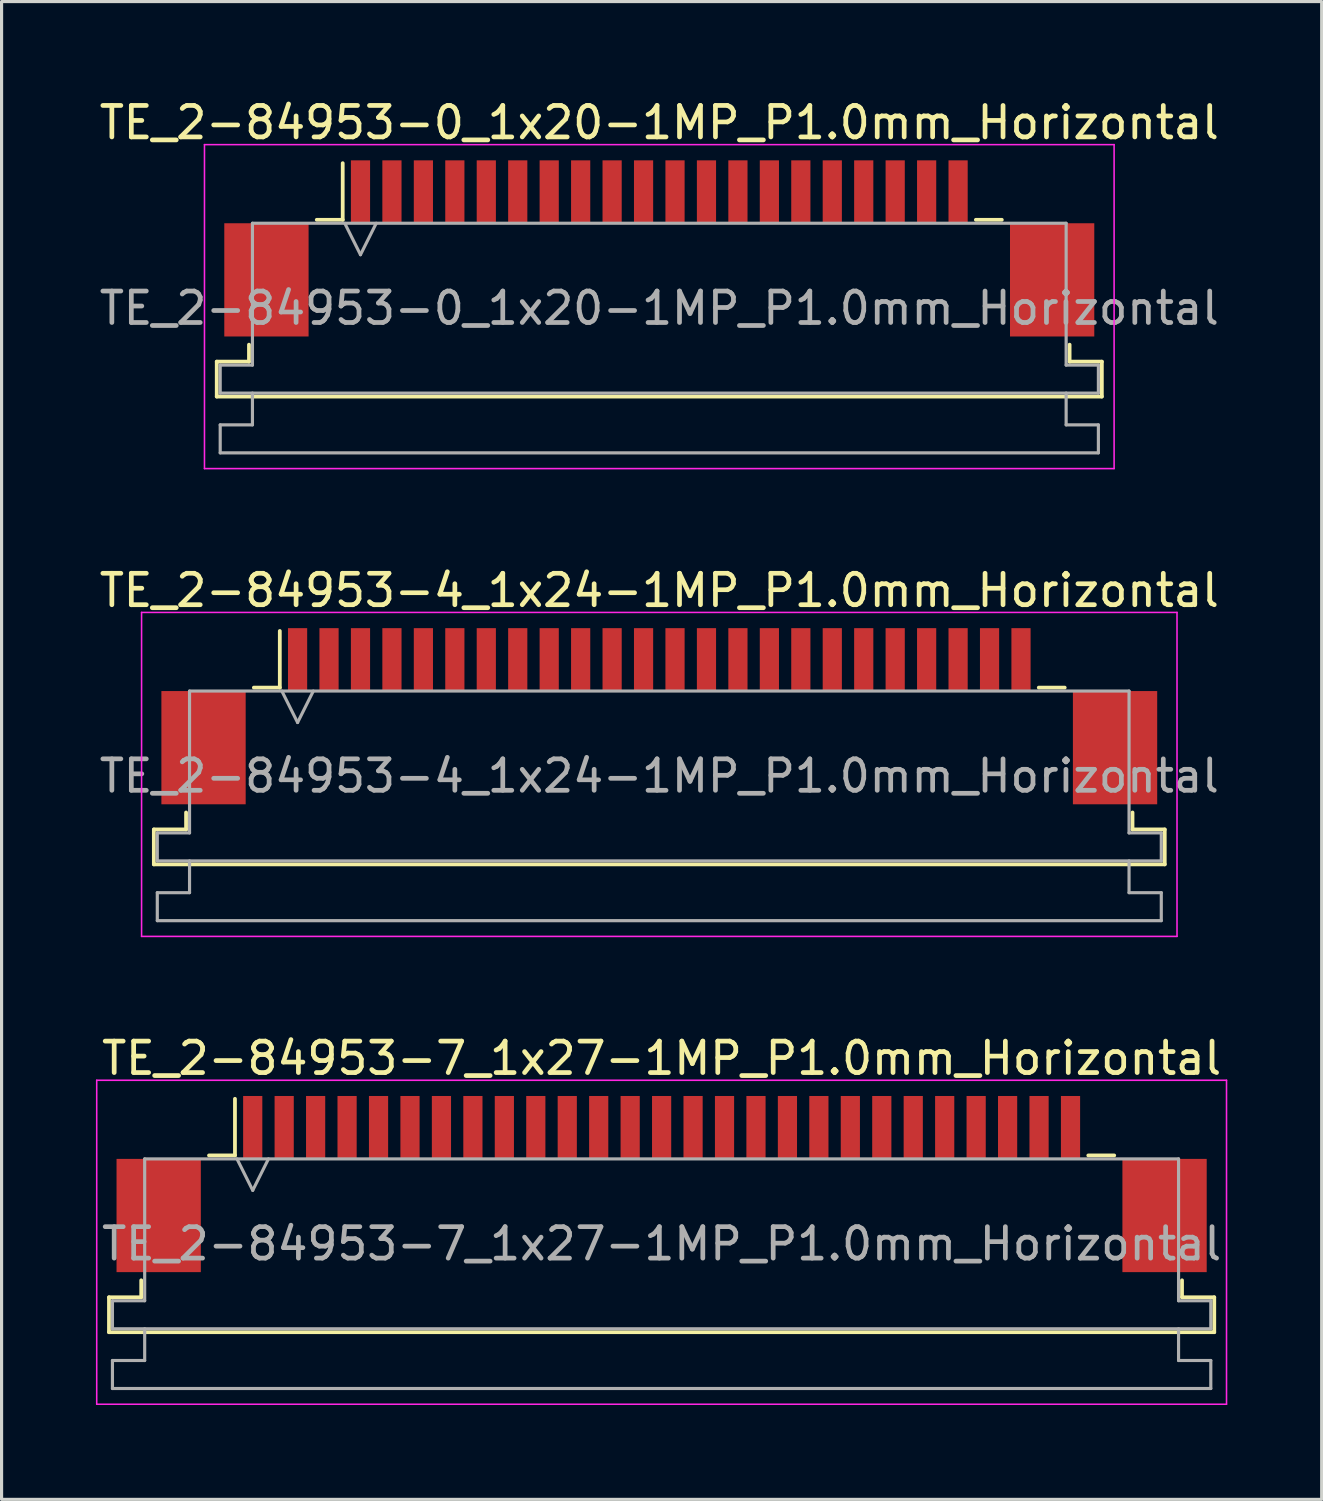
<source format=kicad_pcb>
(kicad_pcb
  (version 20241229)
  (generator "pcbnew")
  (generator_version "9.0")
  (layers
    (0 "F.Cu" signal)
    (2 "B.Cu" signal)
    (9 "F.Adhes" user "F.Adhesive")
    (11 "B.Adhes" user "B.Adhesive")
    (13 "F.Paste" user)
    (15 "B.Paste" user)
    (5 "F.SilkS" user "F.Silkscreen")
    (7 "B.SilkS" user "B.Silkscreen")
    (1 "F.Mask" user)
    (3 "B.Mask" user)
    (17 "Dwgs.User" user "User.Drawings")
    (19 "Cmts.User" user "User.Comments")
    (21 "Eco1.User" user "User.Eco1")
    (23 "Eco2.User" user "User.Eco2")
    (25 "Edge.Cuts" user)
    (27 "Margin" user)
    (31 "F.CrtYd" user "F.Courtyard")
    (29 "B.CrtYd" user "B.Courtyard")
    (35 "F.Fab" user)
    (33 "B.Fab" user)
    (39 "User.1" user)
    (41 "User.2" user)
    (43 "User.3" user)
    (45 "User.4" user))
  (footprint "TE_2-84953-4_1x24-1MP_P1.0mm_Horizontal"
    (layer "F.Cu")
    (at 17.911 19.721)
    (property "Reference" "TE_2-84953-4_1x24-1MP_P1.0mm_Horizontal" (at 0 -4 0) (layer "F.SilkS") (effects (font (size 1 1) (thickness 0.15))))
    (attr smd)
    (fp_line (start -16.07 3.6) (end -15.045 3.6) (stroke (width 0.12) (type solid)) (layer "F.SilkS"))
    (fp_line (start -16.07 4.71) (end -16.07 3.6) (stroke (width 0.12) (type solid)) (layer "F.SilkS"))
    (fp_line (start -15.045 3.6) (end -15.045 3.06) (stroke (width 0.12) (type solid)) (layer "F.SilkS"))
    (fp_line (start -12.89 -0.91) (end -12.065 -0.91) (stroke (width 0.12) (type solid)) (layer "F.SilkS"))
    (fp_line (start -12.065 -0.91) (end -12.065 -2.71) (stroke (width 0.12) (type solid)) (layer "F.SilkS"))
    (fp_line (start 12.065 -0.91) (end 12.89 -0.91) (stroke (width 0.12) (type solid)) (layer "F.SilkS"))
    (fp_line (start 15.045 3.06) (end 15.045 3.6) (stroke (width 0.12) (type solid)) (layer "F.SilkS"))
    (fp_line (start 15.045 3.6) (end 16.07 3.6) (stroke (width 0.12) (type solid)) (layer "F.SilkS"))
    (fp_line (start 16.07 3.6) (end 16.07 4.71) (stroke (width 0.12) (type solid)) (layer "F.SilkS"))
    (fp_line (start 16.07 4.71) (end -16.07 4.71) (stroke (width 0.12) (type solid)) (layer "F.SilkS"))
    (fp_line (start -16.46 -3.3) (end -16.46 7) (stroke (width 0.05) (type solid)) (layer "F.CrtYd"))
    (fp_line (start -16.46 7) (end 16.46 7) (stroke (width 0.05) (type solid)) (layer "F.CrtYd"))
    (fp_line (start 16.46 -3.3) (end -16.46 -3.3) (stroke (width 0.05) (type solid)) (layer "F.CrtYd"))
    (fp_line (start 16.46 7) (end 16.46 -3.3) (stroke (width 0.05) (type solid)) (layer "F.CrtYd"))
    (fp_line (start -15.96 3.71) (end -14.935 3.71) (stroke (width 0.1) (type solid)) (layer "F.Fab"))
    (fp_line (start -15.96 4.6) (end -15.96 3.71) (stroke (width 0.1) (type solid)) (layer "F.Fab"))
    (fp_line (start -15.96 5.61) (end -14.935 5.61) (stroke (width 0.1) (type solid)) (layer "F.Fab"))
    (fp_line (start -15.96 6.5) (end -15.96 5.61) (stroke (width 0.1) (type solid)) (layer "F.Fab"))
    (fp_line (start -14.935 -0.8) (end 14.935 -0.8) (stroke (width 0.1) (type solid)) (layer "F.Fab"))
    (fp_line (start -14.935 3.71) (end -14.935 -0.8) (stroke (width 0.1) (type solid)) (layer "F.Fab"))
    (fp_line (start -14.935 5.61) (end -14.935 4.6) (stroke (width 0.1) (type solid)) (layer "F.Fab"))
    (fp_line (start -12 -0.8) (end -11.5 0.2) (stroke (width 0.1) (type solid)) (layer "F.Fab"))
    (fp_line (start -11.5 0.2) (end -11 -0.8) (stroke (width 0.1) (type solid)) (layer "F.Fab"))
    (fp_line (start 14.935 -0.8) (end 14.935 3.71) (stroke (width 0.1) (type solid)) (layer "F.Fab"))
    (fp_line (start 14.935 3.71) (end 15.96 3.71) (stroke (width 0.1) (type solid)) (layer "F.Fab"))
    (fp_line (start 14.935 4.6) (end 14.935 5.61) (stroke (width 0.1) (type solid)) (layer "F.Fab"))
    (fp_line (start 14.935 5.61) (end 15.96 5.61) (stroke (width 0.1) (type solid)) (layer "F.Fab"))
    (fp_line (start 15.96 3.71) (end 15.96 4.6) (stroke (width 0.1) (type solid)) (layer "F.Fab"))
    (fp_line (start 15.96 4.6) (end -15.96 4.6) (stroke (width 0.1) (type solid)) (layer "F.Fab"))
    (fp_line (start 15.96 5.61) (end 15.96 6.5) (stroke (width 0.1) (type solid)) (layer "F.Fab"))
    (fp_line (start 15.96 6.5) (end -15.96 6.5) (stroke (width 0.1) (type solid)) (layer "F.Fab"))
    (fp_text user "${REFERENCE}" (at 0 1.9 0) (layer "F.Fab") (effects (font (size 1 1) (thickness 0.15))))
    (pad "1" smd rect (at -11.5 -1.8) (size 0.61 2) (layers "F.Cu" "F.Mask" "F.Paste"))
    (pad "2" smd rect (at -10.5 -1.8) (size 0.61 2) (layers "F.Cu" "F.Mask" "F.Paste"))
    (pad "3" smd rect (at -9.5 -1.8) (size 0.61 2) (layers "F.Cu" "F.Mask" "F.Paste"))
    (pad "4" smd rect (at -8.5 -1.8) (size 0.61 2) (layers "F.Cu" "F.Mask" "F.Paste"))
    (pad "5" smd rect (at -7.5 -1.8) (size 0.61 2) (layers "F.Cu" "F.Mask" "F.Paste"))
    (pad "6" smd rect (at -6.5 -1.8) (size 0.61 2) (layers "F.Cu" "F.Mask" "F.Paste"))
    (pad "7" smd rect (at -5.5 -1.8) (size 0.61 2) (layers "F.Cu" "F.Mask" "F.Paste"))
    (pad "8" smd rect (at -4.5 -1.8) (size 0.61 2) (layers "F.Cu" "F.Mask" "F.Paste"))
    (pad "9" smd rect (at -3.5 -1.8) (size 0.61 2) (layers "F.Cu" "F.Mask" "F.Paste"))
    (pad "10" smd rect (at -2.5 -1.8) (size 0.61 2) (layers "F.Cu" "F.Mask" "F.Paste"))
    (pad "11" smd rect (at -1.5 -1.8) (size 0.61 2) (layers "F.Cu" "F.Mask" "F.Paste"))
    (pad "12" smd rect (at -0.5 -1.8) (size 0.61 2) (layers "F.Cu" "F.Mask" "F.Paste"))
    (pad "13" smd rect (at 0.5 -1.8) (size 0.61 2) (layers "F.Cu" "F.Mask" "F.Paste"))
    (pad "14" smd rect (at 1.5 -1.8) (size 0.61 2) (layers "F.Cu" "F.Mask" "F.Paste"))
    (pad "15" smd rect (at 2.5 -1.8) (size 0.61 2) (layers "F.Cu" "F.Mask" "F.Paste"))
    (pad "16" smd rect (at 3.5 -1.8) (size 0.61 2) (layers "F.Cu" "F.Mask" "F.Paste"))
    (pad "17" smd rect (at 4.5 -1.8) (size 0.61 2) (layers "F.Cu" "F.Mask" "F.Paste"))
    (pad "18" smd rect (at 5.5 -1.8) (size 0.61 2) (layers "F.Cu" "F.Mask" "F.Paste"))
    (pad "19" smd rect (at 6.5 -1.8) (size 0.61 2) (layers "F.Cu" "F.Mask" "F.Paste"))
    (pad "20" smd rect (at 7.5 -1.8) (size 0.61 2) (layers "F.Cu" "F.Mask" "F.Paste"))
    (pad "21" smd rect (at 8.5 -1.8) (size 0.61 2) (layers "F.Cu" "F.Mask" "F.Paste"))
    (pad "22" smd rect (at 9.5 -1.8) (size 0.61 2) (layers "F.Cu" "F.Mask" "F.Paste"))
    (pad "23" smd rect (at 10.5 -1.8) (size 0.61 2) (layers "F.Cu" "F.Mask" "F.Paste"))
    (pad "24" smd rect (at 11.5 -1.8) (size 0.61 2) (layers "F.Cu" "F.Mask" "F.Paste"))
    (pad "MP" smd rect (at -14.49 1) (size 2.68 3.6) (layers "F.Cu" "F.Mask" "F.Paste"))
    (pad "MP" smd rect (at 14.49 1) (size 2.68 3.6) (layers "F.Cu" "F.Mask" "F.Paste")))
  (footprint "TE_2-84953-7_1x27-1MP_P1.0mm_Horizontal"
    (layer "F.Cu")
    (at 17.985 34.595)
    (property "Reference" "TE_2-84953-7_1x27-1MP_P1.0mm_Horizontal" (at 0 -4 0) (layer "F.SilkS") (effects (font (size 1 1) (thickness 0.15))))
    (attr smd)
    (fp_line (start -17.57 3.6) (end -16.545 3.6) (stroke (width 0.12) (type solid)) (layer "F.SilkS"))
    (fp_line (start -17.57 4.71) (end -17.57 3.6) (stroke (width 0.12) (type solid)) (layer "F.SilkS"))
    (fp_line (start -16.545 3.6) (end -16.545 3.06) (stroke (width 0.12) (type solid)) (layer "F.SilkS"))
    (fp_line (start -14.39 -0.91) (end -13.565 -0.91) (stroke (width 0.12) (type solid)) (layer "F.SilkS"))
    (fp_line (start -13.565 -0.91) (end -13.565 -2.71) (stroke (width 0.12) (type solid)) (layer "F.SilkS"))
    (fp_line (start 13.565 -0.91) (end 14.39 -0.91) (stroke (width 0.12) (type solid)) (layer "F.SilkS"))
    (fp_line (start 16.545 3.06) (end 16.545 3.6) (stroke (width 0.12) (type solid)) (layer "F.SilkS"))
    (fp_line (start 16.545 3.6) (end 17.57 3.6) (stroke (width 0.12) (type solid)) (layer "F.SilkS"))
    (fp_line (start 17.57 3.6) (end 17.57 4.71) (stroke (width 0.12) (type solid)) (layer "F.SilkS"))
    (fp_line (start 17.57 4.71) (end -17.57 4.71) (stroke (width 0.12) (type solid)) (layer "F.SilkS"))
    (fp_line (start -17.96 -3.3) (end -17.96 7) (stroke (width 0.05) (type solid)) (layer "F.CrtYd"))
    (fp_line (start -17.96 7) (end 17.96 7) (stroke (width 0.05) (type solid)) (layer "F.CrtYd"))
    (fp_line (start 17.96 -3.3) (end -17.96 -3.3) (stroke (width 0.05) (type solid)) (layer "F.CrtYd"))
    (fp_line (start 17.96 7) (end 17.96 -3.3) (stroke (width 0.05) (type solid)) (layer "F.CrtYd"))
    (fp_line (start -17.46 3.71) (end -16.435 3.71) (stroke (width 0.1) (type solid)) (layer "F.Fab"))
    (fp_line (start -17.46 4.6) (end -17.46 3.71) (stroke (width 0.1) (type solid)) (layer "F.Fab"))
    (fp_line (start -17.46 5.61) (end -16.435 5.61) (stroke (width 0.1) (type solid)) (layer "F.Fab"))
    (fp_line (start -17.46 6.5) (end -17.46 5.61) (stroke (width 0.1) (type solid)) (layer "F.Fab"))
    (fp_line (start -16.435 -0.8) (end 16.435 -0.8) (stroke (width 0.1) (type solid)) (layer "F.Fab"))
    (fp_line (start -16.435 3.71) (end -16.435 -0.8) (stroke (width 0.1) (type solid)) (layer "F.Fab"))
    (fp_line (start -16.435 5.61) (end -16.435 4.6) (stroke (width 0.1) (type solid)) (layer "F.Fab"))
    (fp_line (start -13.5 -0.8) (end -13 0.2) (stroke (width 0.1) (type solid)) (layer "F.Fab"))
    (fp_line (start -13 0.2) (end -12.5 -0.8) (stroke (width 0.1) (type solid)) (layer "F.Fab"))
    (fp_line (start 16.435 -0.8) (end 16.435 3.71) (stroke (width 0.1) (type solid)) (layer "F.Fab"))
    (fp_line (start 16.435 3.71) (end 17.46 3.71) (stroke (width 0.1) (type solid)) (layer "F.Fab"))
    (fp_line (start 16.435 4.6) (end 16.435 5.61) (stroke (width 0.1) (type solid)) (layer "F.Fab"))
    (fp_line (start 16.435 5.61) (end 17.46 5.61) (stroke (width 0.1) (type solid)) (layer "F.Fab"))
    (fp_line (start 17.46 3.71) (end 17.46 4.6) (stroke (width 0.1) (type solid)) (layer "F.Fab"))
    (fp_line (start 17.46 4.6) (end -17.46 4.6) (stroke (width 0.1) (type solid)) (layer "F.Fab"))
    (fp_line (start 17.46 5.61) (end 17.46 6.5) (stroke (width 0.1) (type solid)) (layer "F.Fab"))
    (fp_line (start 17.46 6.5) (end -17.46 6.5) (stroke (width 0.1) (type solid)) (layer "F.Fab"))
    (fp_text user "${REFERENCE}" (at 0 1.9 0) (layer "F.Fab") (effects (font (size 1 1) (thickness 0.15))))
    (pad "1" smd rect (at -13 -1.8) (size 0.61 2) (layers "F.Cu" "F.Mask" "F.Paste"))
    (pad "2" smd rect (at -12 -1.8) (size 0.61 2) (layers "F.Cu" "F.Mask" "F.Paste"))
    (pad "3" smd rect (at -11 -1.8) (size 0.61 2) (layers "F.Cu" "F.Mask" "F.Paste"))
    (pad "4" smd rect (at -10 -1.8) (size 0.61 2) (layers "F.Cu" "F.Mask" "F.Paste"))
    (pad "5" smd rect (at -9 -1.8) (size 0.61 2) (layers "F.Cu" "F.Mask" "F.Paste"))
    (pad "6" smd rect (at -8 -1.8) (size 0.61 2) (layers "F.Cu" "F.Mask" "F.Paste"))
    (pad "7" smd rect (at -7 -1.8) (size 0.61 2) (layers "F.Cu" "F.Mask" "F.Paste"))
    (pad "8" smd rect (at -6 -1.8) (size 0.61 2) (layers "F.Cu" "F.Mask" "F.Paste"))
    (pad "9" smd rect (at -5 -1.8) (size 0.61 2) (layers "F.Cu" "F.Mask" "F.Paste"))
    (pad "10" smd rect (at -4 -1.8) (size 0.61 2) (layers "F.Cu" "F.Mask" "F.Paste"))
    (pad "11" smd rect (at -3 -1.8) (size 0.61 2) (layers "F.Cu" "F.Mask" "F.Paste"))
    (pad "12" smd rect (at -2 -1.8) (size 0.61 2) (layers "F.Cu" "F.Mask" "F.Paste"))
    (pad "13" smd rect (at -1 -1.8) (size 0.61 2) (layers "F.Cu" "F.Mask" "F.Paste"))
    (pad "14" smd rect (at 0 -1.8) (size 0.61 2) (layers "F.Cu" "F.Mask" "F.Paste"))
    (pad "15" smd rect (at 1 -1.8) (size 0.61 2) (layers "F.Cu" "F.Mask" "F.Paste"))
    (pad "16" smd rect (at 2 -1.8) (size 0.61 2) (layers "F.Cu" "F.Mask" "F.Paste"))
    (pad "17" smd rect (at 3 -1.8) (size 0.61 2) (layers "F.Cu" "F.Mask" "F.Paste"))
    (pad "18" smd rect (at 4 -1.8) (size 0.61 2) (layers "F.Cu" "F.Mask" "F.Paste"))
    (pad "19" smd rect (at 5 -1.8) (size 0.61 2) (layers "F.Cu" "F.Mask" "F.Paste"))
    (pad "20" smd rect (at 6 -1.8) (size 0.61 2) (layers "F.Cu" "F.Mask" "F.Paste"))
    (pad "21" smd rect (at 7 -1.8) (size 0.61 2) (layers "F.Cu" "F.Mask" "F.Paste"))
    (pad "22" smd rect (at 8 -1.8) (size 0.61 2) (layers "F.Cu" "F.Mask" "F.Paste"))
    (pad "23" smd rect (at 9 -1.8) (size 0.61 2) (layers "F.Cu" "F.Mask" "F.Paste"))
    (pad "24" smd rect (at 10 -1.8) (size 0.61 2) (layers "F.Cu" "F.Mask" "F.Paste"))
    (pad "25" smd rect (at 11 -1.8) (size 0.61 2) (layers "F.Cu" "F.Mask" "F.Paste"))
    (pad "26" smd rect (at 12 -1.8) (size 0.61 2) (layers "F.Cu" "F.Mask" "F.Paste"))
    (pad "27" smd rect (at 13 -1.8) (size 0.61 2) (layers "F.Cu" "F.Mask" "F.Paste"))
    (pad "MP" smd rect (at -15.99 1) (size 2.68 3.6) (layers "F.Cu" "F.Mask" "F.Paste"))
    (pad "MP" smd rect (at 15.99 1) (size 2.68 3.6) (layers "F.Cu" "F.Mask" "F.Paste")))
  (footprint "TE_2-84953-0_1x20-1MP_P1.0mm_Horizontal"
    (layer "F.Cu")
    (at 17.911 4.848)
    (property "Reference" "TE_2-84953-0_1x20-1MP_P1.0mm_Horizontal" (at 0 -4 0) (layer "F.SilkS") (effects (font (size 1 1) (thickness 0.15))))
    (attr smd)
    (fp_line (start -14.07 3.6) (end -13.045 3.6) (stroke (width 0.12) (type solid)) (layer "F.SilkS"))
    (fp_line (start -14.07 4.71) (end -14.07 3.6) (stroke (width 0.12) (type solid)) (layer "F.SilkS"))
    (fp_line (start -13.045 3.6) (end -13.045 3.06) (stroke (width 0.12) (type solid)) (layer "F.SilkS"))
    (fp_line (start -10.89 -0.91) (end -10.065 -0.91) (stroke (width 0.12) (type solid)) (layer "F.SilkS"))
    (fp_line (start -10.065 -0.91) (end -10.065 -2.71) (stroke (width 0.12) (type solid)) (layer "F.SilkS"))
    (fp_line (start 10.065 -0.91) (end 10.89 -0.91) (stroke (width 0.12) (type solid)) (layer "F.SilkS"))
    (fp_line (start 13.045 3.06) (end 13.045 3.6) (stroke (width 0.12) (type solid)) (layer "F.SilkS"))
    (fp_line (start 13.045 3.6) (end 14.07 3.6) (stroke (width 0.12) (type solid)) (layer "F.SilkS"))
    (fp_line (start 14.07 3.6) (end 14.07 4.71) (stroke (width 0.12) (type solid)) (layer "F.SilkS"))
    (fp_line (start 14.07 4.71) (end -14.07 4.71) (stroke (width 0.12) (type solid)) (layer "F.SilkS"))
    (fp_line (start -14.46 -3.3) (end -14.46 7) (stroke (width 0.05) (type solid)) (layer "F.CrtYd"))
    (fp_line (start -14.46 7) (end 14.46 7) (stroke (width 0.05) (type solid)) (layer "F.CrtYd"))
    (fp_line (start 14.46 -3.3) (end -14.46 -3.3) (stroke (width 0.05) (type solid)) (layer "F.CrtYd"))
    (fp_line (start 14.46 7) (end 14.46 -3.3) (stroke (width 0.05) (type solid)) (layer "F.CrtYd"))
    (fp_line (start -13.96 3.71) (end -12.935 3.71) (stroke (width 0.1) (type solid)) (layer "F.Fab"))
    (fp_line (start -13.96 4.6) (end -13.96 3.71) (stroke (width 0.1) (type solid)) (layer "F.Fab"))
    (fp_line (start -13.96 5.61) (end -12.935 5.61) (stroke (width 0.1) (type solid)) (layer "F.Fab"))
    (fp_line (start -13.96 6.5) (end -13.96 5.61) (stroke (width 0.1) (type solid)) (layer "F.Fab"))
    (fp_line (start -12.935 -0.8) (end 12.935 -0.8) (stroke (width 0.1) (type solid)) (layer "F.Fab"))
    (fp_line (start -12.935 3.71) (end -12.935 -0.8) (stroke (width 0.1) (type solid)) (layer "F.Fab"))
    (fp_line (start -12.935 5.61) (end -12.935 4.6) (stroke (width 0.1) (type solid)) (layer "F.Fab"))
    (fp_line (start -10 -0.8) (end -9.5 0.2) (stroke (width 0.1) (type solid)) (layer "F.Fab"))
    (fp_line (start -9.5 0.2) (end -9 -0.8) (stroke (width 0.1) (type solid)) (layer "F.Fab"))
    (fp_line (start 12.935 -0.8) (end 12.935 3.71) (stroke (width 0.1) (type solid)) (layer "F.Fab"))
    (fp_line (start 12.935 3.71) (end 13.96 3.71) (stroke (width 0.1) (type solid)) (layer "F.Fab"))
    (fp_line (start 12.935 4.6) (end 12.935 5.61) (stroke (width 0.1) (type solid)) (layer "F.Fab"))
    (fp_line (start 12.935 5.61) (end 13.96 5.61) (stroke (width 0.1) (type solid)) (layer "F.Fab"))
    (fp_line (start 13.96 3.71) (end 13.96 4.6) (stroke (width 0.1) (type solid)) (layer "F.Fab"))
    (fp_line (start 13.96 4.6) (end -13.96 4.6) (stroke (width 0.1) (type solid)) (layer "F.Fab"))
    (fp_line (start 13.96 5.61) (end 13.96 6.5) (stroke (width 0.1) (type solid)) (layer "F.Fab"))
    (fp_line (start 13.96 6.5) (end -13.96 6.5) (stroke (width 0.1) (type solid)) (layer "F.Fab"))
    (fp_text user "${REFERENCE}" (at 0 1.9 0) (layer "F.Fab") (effects (font (size 1 1) (thickness 0.15))))
    (pad "1" smd rect (at -9.5 -1.8) (size 0.61 2) (layers "F.Cu" "F.Mask" "F.Paste"))
    (pad "2" smd rect (at -8.5 -1.8) (size 0.61 2) (layers "F.Cu" "F.Mask" "F.Paste"))
    (pad "3" smd rect (at -7.5 -1.8) (size 0.61 2) (layers "F.Cu" "F.Mask" "F.Paste"))
    (pad "4" smd rect (at -6.5 -1.8) (size 0.61 2) (layers "F.Cu" "F.Mask" "F.Paste"))
    (pad "5" smd rect (at -5.5 -1.8) (size 0.61 2) (layers "F.Cu" "F.Mask" "F.Paste"))
    (pad "6" smd rect (at -4.5 -1.8) (size 0.61 2) (layers "F.Cu" "F.Mask" "F.Paste"))
    (pad "7" smd rect (at -3.5 -1.8) (size 0.61 2) (layers "F.Cu" "F.Mask" "F.Paste"))
    (pad "8" smd rect (at -2.5 -1.8) (size 0.61 2) (layers "F.Cu" "F.Mask" "F.Paste"))
    (pad "9" smd rect (at -1.5 -1.8) (size 0.61 2) (layers "F.Cu" "F.Mask" "F.Paste"))
    (pad "10" smd rect (at -0.5 -1.8) (size 0.61 2) (layers "F.Cu" "F.Mask" "F.Paste"))
    (pad "11" smd rect (at 0.5 -1.8) (size 0.61 2) (layers "F.Cu" "F.Mask" "F.Paste"))
    (pad "12" smd rect (at 1.5 -1.8) (size 0.61 2) (layers "F.Cu" "F.Mask" "F.Paste"))
    (pad "13" smd rect (at 2.5 -1.8) (size 0.61 2) (layers "F.Cu" "F.Mask" "F.Paste"))
    (pad "14" smd rect (at 3.5 -1.8) (size 0.61 2) (layers "F.Cu" "F.Mask" "F.Paste"))
    (pad "15" smd rect (at 4.5 -1.8) (size 0.61 2) (layers "F.Cu" "F.Mask" "F.Paste"))
    (pad "16" smd rect (at 5.5 -1.8) (size 0.61 2) (layers "F.Cu" "F.Mask" "F.Paste"))
    (pad "17" smd rect (at 6.5 -1.8) (size 0.61 2) (layers "F.Cu" "F.Mask" "F.Paste"))
    (pad "18" smd rect (at 7.5 -1.8) (size 0.61 2) (layers "F.Cu" "F.Mask" "F.Paste"))
    (pad "19" smd rect (at 8.5 -1.8) (size 0.61 2) (layers "F.Cu" "F.Mask" "F.Paste"))
    (pad "20" smd rect (at 9.5 -1.8) (size 0.61 2) (layers "F.Cu" "F.Mask" "F.Paste"))
    (pad "MP" smd rect (at -12.49 1) (size 2.68 3.6) (layers "F.Cu" "F.Mask" "F.Paste"))
    (pad "MP" smd rect (at 12.49 1) (size 2.68 3.6) (layers "F.Cu" "F.Mask" "F.Paste")))
  (gr_rect
    (start -3 -3)
    (end 38.97 44.62)
    (stroke (width 0.1) (type default))
    (fill no)
    (layer "Edge.Cuts")))
</source>
